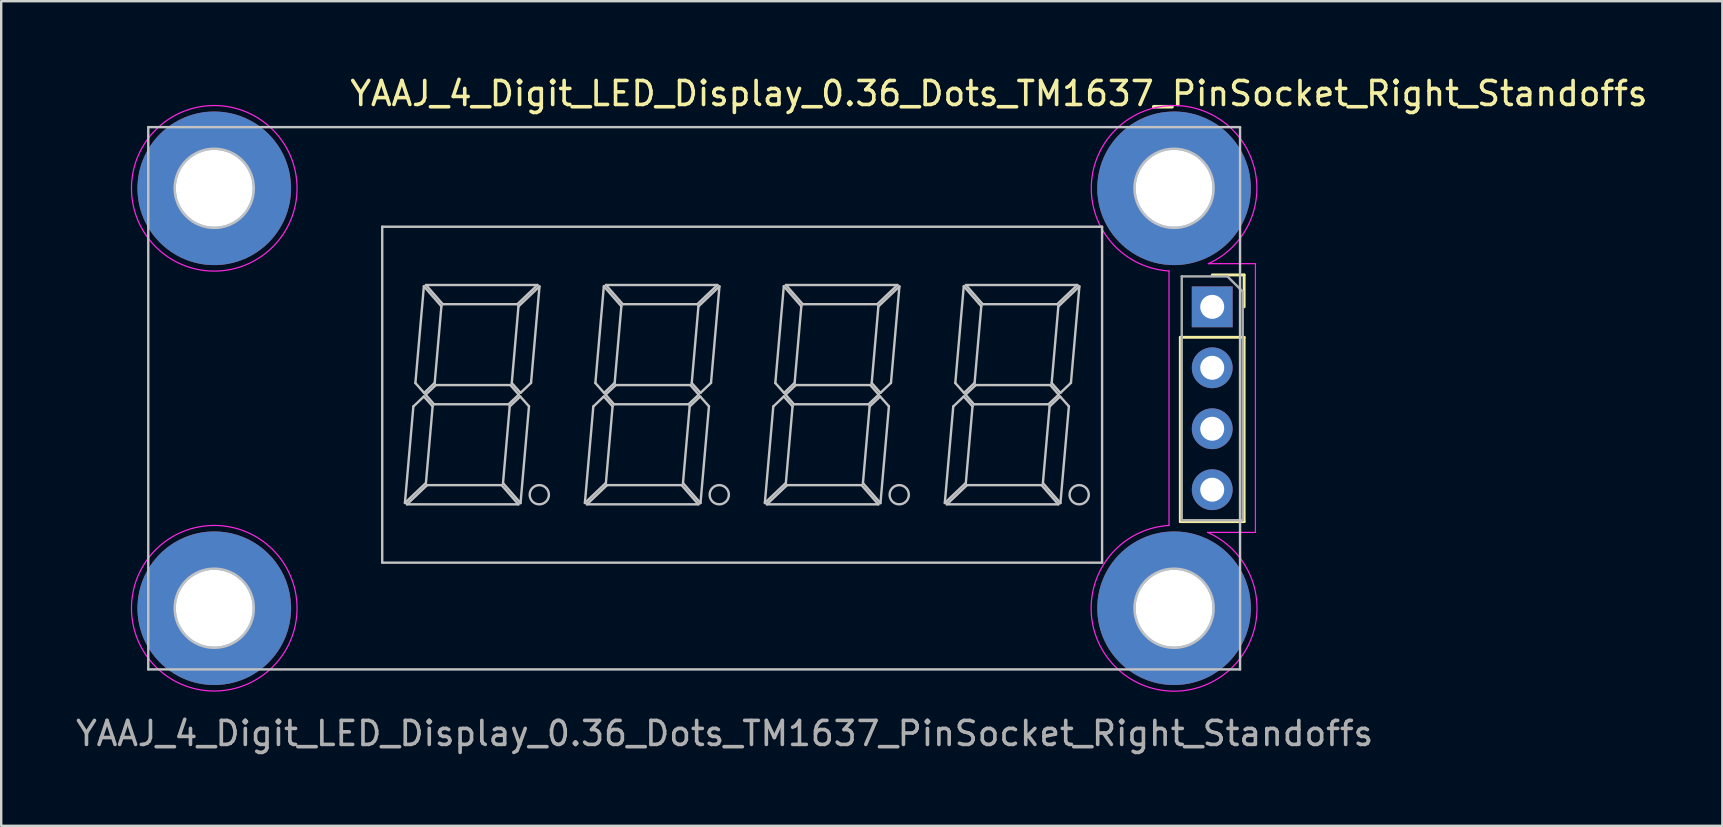
<source format=kicad_pcb>
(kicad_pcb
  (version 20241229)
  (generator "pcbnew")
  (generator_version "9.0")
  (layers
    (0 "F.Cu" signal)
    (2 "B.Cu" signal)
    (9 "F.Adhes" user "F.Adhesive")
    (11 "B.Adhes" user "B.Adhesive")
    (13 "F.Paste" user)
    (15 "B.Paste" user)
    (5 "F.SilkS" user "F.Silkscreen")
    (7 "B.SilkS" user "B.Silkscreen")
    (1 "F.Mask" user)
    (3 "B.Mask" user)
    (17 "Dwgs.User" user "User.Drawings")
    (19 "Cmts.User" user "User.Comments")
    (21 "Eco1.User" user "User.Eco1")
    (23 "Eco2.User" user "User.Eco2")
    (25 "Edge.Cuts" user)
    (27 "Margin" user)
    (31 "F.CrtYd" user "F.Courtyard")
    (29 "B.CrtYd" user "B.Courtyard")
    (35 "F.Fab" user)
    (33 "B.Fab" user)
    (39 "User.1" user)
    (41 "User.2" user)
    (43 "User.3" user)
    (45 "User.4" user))
  (footprint "YAAJ_4_Digit_LED_Display_0.36_Dots_TM1637_PinSocket_Right_Standoffs"
    (layer "F.Cu")
    (at 47.469 9.738)
    (property "Reference" "YAAJ_4_Digit_LED_Display_0.36_Dots_TM1637_PinSocket_Right_Standoffs" (at -8.89 -8.89 180) (layer "F.SilkS") (effects (font (size 1 1) (thickness 0.15))))
    (attr through_hole)
    (fp_line (start -1.33 1.27) (end -1.33 8.95) (stroke (width 0.12) (type solid)) (layer "F.SilkS"))
    (fp_line (start -1.33 1.27) (end 1.33 1.27) (stroke (width 0.12) (type solid)) (layer "F.SilkS"))
    (fp_line (start -1.33 8.95) (end 1.33 8.95) (stroke (width 0.12) (type solid)) (layer "F.SilkS"))
    (fp_line (start 0 -1.33) (end 1.33 -1.33) (stroke (width 0.12) (type solid)) (layer "F.SilkS"))
    (fp_line (start 1.33 -1.33) (end 1.33 0) (stroke (width 0.12) (type solid)) (layer "F.SilkS"))
    (fp_line (start 1.33 1.27) (end 1.33 8.95) (stroke (width 0.12) (type solid)) (layer "F.SilkS"))
    (fp_line (start -44.34 -7.49) (end -44.34 15.11) (stroke (width 0.1) (type solid)) (layer "Dwgs.User"))
    (fp_line (start -44.34 15.11) (end 1.16 15.11) (stroke (width 0.1) (type solid)) (layer "Dwgs.User"))
    (fp_line (start -34.59 -3.34) (end -34.59 10.66) (stroke (width 0.1) (type solid)) (layer "Dwgs.User"))
    (fp_line (start -34.59 10.66) (end -4.59 10.66) (stroke (width 0.1) (type solid)) (layer "Dwgs.User"))
    (fp_line (start -33.644 8.172) (end -32.768 7.338) (stroke (width 0.1) (type solid)) (layer "Dwgs.User"))
    (fp_line (start -33.56 8.23) (end -28.913 8.23) (stroke (width 0.1) (type solid)) (layer "Dwgs.User"))
    (fp_line (start -33.292 4.152) (end -33.644 8.172) (stroke (width 0.1) (type solid)) (layer "Dwgs.User"))
    (fp_line (start -33.207 3.174) (end -32.844 3.588) (stroke (width 0.1) (type solid)) (layer "Dwgs.User"))
    (fp_line (start -32.854 3.735) (end -33.292 4.152) (stroke (width 0.1) (type solid)) (layer "Dwgs.User"))
    (fp_line (start -32.854 -0.858) (end -33.207 3.174) (stroke (width 0.1) (type solid)) (layer "Dwgs.User"))
    (fp_line (start -32.844 3.588) (end -32.403 3.168) (stroke (width 0.1) (type solid)) (layer "Dwgs.User"))
    (fp_line (start -32.781 3.66) (end -32.431 4.06) (stroke (width 0.1) (type solid)) (layer "Dwgs.User"))
    (fp_line (start -32.768 7.338) (end -32.489 4.146) (stroke (width 0.1) (type solid)) (layer "Dwgs.User"))
    (fp_line (start -32.767 -0.91) (end -32.066 -0.11) (stroke (width 0.1) (type solid)) (layer "Dwgs.User"))
    (fp_line (start -32.72 7.43) (end -33.56 8.23) (stroke (width 0.1) (type solid)) (layer "Dwgs.User"))
    (fp_line (start -32.489 4.146) (end -32.854 3.735) (stroke (width 0.1) (type solid)) (layer "Dwgs.User"))
    (fp_line (start -32.431 4.06) (end -29.325 4.06) (stroke (width 0.1) (type solid)) (layer "Dwgs.User"))
    (fp_line (start -32.403 3.168) (end -32.124 -0.024) (stroke (width 0.1) (type solid)) (layer "Dwgs.User"))
    (fp_line (start -32.355 3.26) (end -32.781 3.66) (stroke (width 0.1) (type solid)) (layer "Dwgs.User"))
    (fp_line (start -32.124 -0.024) (end -32.854 -0.858) (stroke (width 0.1) (type solid)) (layer "Dwgs.User"))
    (fp_line (start -32.066 -0.11) (end -28.96 -0.11) (stroke (width 0.1) (type solid)) (layer "Dwgs.User"))
    (fp_line (start -29.614 7.43) (end -32.72 7.43) (stroke (width 0.1) (type solid)) (layer "Dwgs.User"))
    (fp_line (start -29.556 7.344) (end -28.826 8.178) (stroke (width 0.1) (type solid)) (layer "Dwgs.User"))
    (fp_line (start -29.325 4.06) (end -28.899 3.66) (stroke (width 0.1) (type solid)) (layer "Dwgs.User"))
    (fp_line (start -29.277 4.152) (end -29.556 7.344) (stroke (width 0.1) (type solid)) (layer "Dwgs.User"))
    (fp_line (start -29.249 3.26) (end -32.355 3.26) (stroke (width 0.1) (type solid)) (layer "Dwgs.User"))
    (fp_line (start -29.191 3.174) (end -28.826 3.585) (stroke (width 0.1) (type solid)) (layer "Dwgs.User"))
    (fp_line (start -28.96 -0.11) (end -28.12 -0.91) (stroke (width 0.1) (type solid)) (layer "Dwgs.User"))
    (fp_line (start -28.913 8.23) (end -29.614 7.43) (stroke (width 0.1) (type solid)) (layer "Dwgs.User"))
    (fp_line (start -28.912 -0.018) (end -29.191 3.174) (stroke (width 0.1) (type solid)) (layer "Dwgs.User"))
    (fp_line (start -28.899 3.66) (end -29.249 3.26) (stroke (width 0.1) (type solid)) (layer "Dwgs.User"))
    (fp_line (start -28.839 3.735) (end -29.277 4.152) (stroke (width 0.1) (type solid)) (layer "Dwgs.User"))
    (fp_line (start -28.826 8.178) (end -28.473 4.146) (stroke (width 0.1) (type solid)) (layer "Dwgs.User"))
    (fp_line (start -28.826 3.585) (end -28.388 3.168) (stroke (width 0.1) (type solid)) (layer "Dwgs.User"))
    (fp_line (start -28.473 4.146) (end -28.839 3.735) (stroke (width 0.1) (type solid)) (layer "Dwgs.User"))
    (fp_line (start -28.388 3.168) (end -28.036 -0.852) (stroke (width 0.1) (type solid)) (layer "Dwgs.User"))
    (fp_line (start -28.12 -0.91) (end -32.767 -0.91) (stroke (width 0.1) (type solid)) (layer "Dwgs.User"))
    (fp_line (start -28.036 -0.852) (end -28.912 -0.018) (stroke (width 0.1) (type solid)) (layer "Dwgs.User"))
    (fp_line (start -26.144 8.172) (end -25.268 7.338) (stroke (width 0.1) (type solid)) (layer "Dwgs.User"))
    (fp_line (start -26.06 8.23) (end -21.413 8.23) (stroke (width 0.1) (type solid)) (layer "Dwgs.User"))
    (fp_line (start -25.792 4.152) (end -26.144 8.172) (stroke (width 0.1) (type solid)) (layer "Dwgs.User"))
    (fp_line (start -25.707 3.174) (end -25.344 3.588) (stroke (width 0.1) (type solid)) (layer "Dwgs.User"))
    (fp_line (start -25.354 3.735) (end -25.792 4.152) (stroke (width 0.1) (type solid)) (layer "Dwgs.User"))
    (fp_line (start -25.354 -0.858) (end -25.707 3.174) (stroke (width 0.1) (type solid)) (layer "Dwgs.User"))
    (fp_line (start -25.344 3.588) (end -24.903 3.168) (stroke (width 0.1) (type solid)) (layer "Dwgs.User"))
    (fp_line (start -25.281 3.66) (end -24.931 4.06) (stroke (width 0.1) (type solid)) (layer "Dwgs.User"))
    (fp_line (start -25.268 7.338) (end -24.989 4.146) (stroke (width 0.1) (type solid)) (layer "Dwgs.User"))
    (fp_line (start -25.267 -0.91) (end -24.566 -0.11) (stroke (width 0.1) (type solid)) (layer "Dwgs.User"))
    (fp_line (start -25.22 7.43) (end -26.06 8.23) (stroke (width 0.1) (type solid)) (layer "Dwgs.User"))
    (fp_line (start -24.989 4.146) (end -25.354 3.735) (stroke (width 0.1) (type solid)) (layer "Dwgs.User"))
    (fp_line (start -24.931 4.06) (end -21.825 4.06) (stroke (width 0.1) (type solid)) (layer "Dwgs.User"))
    (fp_line (start -24.903 3.168) (end -24.624 -0.024) (stroke (width 0.1) (type solid)) (layer "Dwgs.User"))
    (fp_line (start -24.855 3.26) (end -25.281 3.66) (stroke (width 0.1) (type solid)) (layer "Dwgs.User"))
    (fp_line (start -24.624 -0.024) (end -25.354 -0.858) (stroke (width 0.1) (type solid)) (layer "Dwgs.User"))
    (fp_line (start -24.566 -0.11) (end -21.46 -0.11) (stroke (width 0.1) (type solid)) (layer "Dwgs.User"))
    (fp_line (start -22.114 7.43) (end -25.22 7.43) (stroke (width 0.1) (type solid)) (layer "Dwgs.User"))
    (fp_line (start -22.056 7.344) (end -21.326 8.178) (stroke (width 0.1) (type solid)) (layer "Dwgs.User"))
    (fp_line (start -21.825 4.06) (end -21.399 3.66) (stroke (width 0.1) (type solid)) (layer "Dwgs.User"))
    (fp_line (start -21.777 4.152) (end -22.056 7.344) (stroke (width 0.1) (type solid)) (layer "Dwgs.User"))
    (fp_line (start -21.749 3.26) (end -24.855 3.26) (stroke (width 0.1) (type solid)) (layer "Dwgs.User"))
    (fp_line (start -21.691 3.174) (end -21.326 3.585) (stroke (width 0.1) (type solid)) (layer "Dwgs.User"))
    (fp_line (start -21.46 -0.11) (end -20.62 -0.91) (stroke (width 0.1) (type solid)) (layer "Dwgs.User"))
    (fp_line (start -21.413 8.23) (end -22.114 7.43) (stroke (width 0.1) (type solid)) (layer "Dwgs.User"))
    (fp_line (start -21.412 -0.018) (end -21.691 3.174) (stroke (width 0.1) (type solid)) (layer "Dwgs.User"))
    (fp_line (start -21.399 3.66) (end -21.749 3.26) (stroke (width 0.1) (type solid)) (layer "Dwgs.User"))
    (fp_line (start -21.339 3.735) (end -21.777 4.152) (stroke (width 0.1) (type solid)) (layer "Dwgs.User"))
    (fp_line (start -21.326 8.178) (end -20.973 4.146) (stroke (width 0.1) (type solid)) (layer "Dwgs.User"))
    (fp_line (start -21.326 3.585) (end -20.888 3.168) (stroke (width 0.1) (type solid)) (layer "Dwgs.User"))
    (fp_line (start -20.973 4.146) (end -21.339 3.735) (stroke (width 0.1) (type solid)) (layer "Dwgs.User"))
    (fp_line (start -20.888 3.168) (end -20.536 -0.852) (stroke (width 0.1) (type solid)) (layer "Dwgs.User"))
    (fp_line (start -20.62 -0.91) (end -25.267 -0.91) (stroke (width 0.1) (type solid)) (layer "Dwgs.User"))
    (fp_line (start -20.536 -0.852) (end -21.412 -0.018) (stroke (width 0.1) (type solid)) (layer "Dwgs.User"))
    (fp_line (start -18.644 8.172) (end -17.768 7.338) (stroke (width 0.1) (type solid)) (layer "Dwgs.User"))
    (fp_line (start -18.56 8.23) (end -13.913 8.23) (stroke (width 0.1) (type solid)) (layer "Dwgs.User"))
    (fp_line (start -18.292 4.152) (end -18.644 8.172) (stroke (width 0.1) (type solid)) (layer "Dwgs.User"))
    (fp_line (start -18.207 3.174) (end -17.844 3.588) (stroke (width 0.1) (type solid)) (layer "Dwgs.User"))
    (fp_line (start -17.854 3.735) (end -18.292 4.152) (stroke (width 0.1) (type solid)) (layer "Dwgs.User"))
    (fp_line (start -17.854 -0.858) (end -18.207 3.174) (stroke (width 0.1) (type solid)) (layer "Dwgs.User"))
    (fp_line (start -17.844 3.588) (end -17.403 3.168) (stroke (width 0.1) (type solid)) (layer "Dwgs.User"))
    (fp_line (start -17.781 3.66) (end -17.431 4.06) (stroke (width 0.1) (type solid)) (layer "Dwgs.User"))
    (fp_line (start -17.768 7.338) (end -17.489 4.146) (stroke (width 0.1) (type solid)) (layer "Dwgs.User"))
    (fp_line (start -17.767 -0.91) (end -17.066 -0.11) (stroke (width 0.1) (type solid)) (layer "Dwgs.User"))
    (fp_line (start -17.72 7.43) (end -18.56 8.23) (stroke (width 0.1) (type solid)) (layer "Dwgs.User"))
    (fp_line (start -17.489 4.146) (end -17.854 3.735) (stroke (width 0.1) (type solid)) (layer "Dwgs.User"))
    (fp_line (start -17.431 4.06) (end -14.325 4.06) (stroke (width 0.1) (type solid)) (layer "Dwgs.User"))
    (fp_line (start -17.403 3.168) (end -17.124 -0.024) (stroke (width 0.1) (type solid)) (layer "Dwgs.User"))
    (fp_line (start -17.355 3.26) (end -17.781 3.66) (stroke (width 0.1) (type solid)) (layer "Dwgs.User"))
    (fp_line (start -17.124 -0.024) (end -17.854 -0.858) (stroke (width 0.1) (type solid)) (layer "Dwgs.User"))
    (fp_line (start -17.066 -0.11) (end -13.96 -0.11) (stroke (width 0.1) (type solid)) (layer "Dwgs.User"))
    (fp_line (start -14.614 7.43) (end -17.72 7.43) (stroke (width 0.1) (type solid)) (layer "Dwgs.User"))
    (fp_line (start -14.556 7.344) (end -13.826 8.178) (stroke (width 0.1) (type solid)) (layer "Dwgs.User"))
    (fp_line (start -14.325 4.06) (end -13.899 3.66) (stroke (width 0.1) (type solid)) (layer "Dwgs.User"))
    (fp_line (start -14.277 4.152) (end -14.556 7.344) (stroke (width 0.1) (type solid)) (layer "Dwgs.User"))
    (fp_line (start -14.249 3.26) (end -17.355 3.26) (stroke (width 0.1) (type solid)) (layer "Dwgs.User"))
    (fp_line (start -14.191 3.174) (end -13.826 3.585) (stroke (width 0.1) (type solid)) (layer "Dwgs.User"))
    (fp_line (start -13.96 -0.11) (end -13.12 -0.91) (stroke (width 0.1) (type solid)) (layer "Dwgs.User"))
    (fp_line (start -13.913 8.23) (end -14.614 7.43) (stroke (width 0.1) (type solid)) (layer "Dwgs.User"))
    (fp_line (start -13.912 -0.018) (end -14.191 3.174) (stroke (width 0.1) (type solid)) (layer "Dwgs.User"))
    (fp_line (start -13.899 3.66) (end -14.249 3.26) (stroke (width 0.1) (type solid)) (layer "Dwgs.User"))
    (fp_line (start -13.839 3.735) (end -14.277 4.152) (stroke (width 0.1) (type solid)) (layer "Dwgs.User"))
    (fp_line (start -13.826 8.178) (end -13.473 4.146) (stroke (width 0.1) (type solid)) (layer "Dwgs.User"))
    (fp_line (start -13.826 3.585) (end -13.388 3.168) (stroke (width 0.1) (type solid)) (layer "Dwgs.User"))
    (fp_line (start -13.473 4.146) (end -13.839 3.735) (stroke (width 0.1) (type solid)) (layer "Dwgs.User"))
    (fp_line (start -13.388 3.168) (end -13.036 -0.852) (stroke (width 0.1) (type solid)) (layer "Dwgs.User"))
    (fp_line (start -13.12 -0.91) (end -17.767 -0.91) (stroke (width 0.1) (type solid)) (layer "Dwgs.User"))
    (fp_line (start -13.036 -0.852) (end -13.912 -0.018) (stroke (width 0.1) (type solid)) (layer "Dwgs.User"))
    (fp_line (start -11.144 8.172) (end -10.268 7.338) (stroke (width 0.1) (type solid)) (layer "Dwgs.User"))
    (fp_line (start -11.06 8.23) (end -6.413 8.23) (stroke (width 0.1) (type solid)) (layer "Dwgs.User"))
    (fp_line (start -10.792 4.152) (end -11.144 8.172) (stroke (width 0.1) (type solid)) (layer "Dwgs.User"))
    (fp_line (start -10.707 3.174) (end -10.344 3.588) (stroke (width 0.1) (type solid)) (layer "Dwgs.User"))
    (fp_line (start -10.354 3.735) (end -10.792 4.152) (stroke (width 0.1) (type solid)) (layer "Dwgs.User"))
    (fp_line (start -10.354 -0.858) (end -10.707 3.174) (stroke (width 0.1) (type solid)) (layer "Dwgs.User"))
    (fp_line (start -10.344 3.588) (end -9.903 3.168) (stroke (width 0.1) (type solid)) (layer "Dwgs.User"))
    (fp_line (start -10.281 3.66) (end -9.931 4.06) (stroke (width 0.1) (type solid)) (layer "Dwgs.User"))
    (fp_line (start -10.268 7.338) (end -9.989 4.146) (stroke (width 0.1) (type solid)) (layer "Dwgs.User"))
    (fp_line (start -10.267 -0.91) (end -9.566 -0.11) (stroke (width 0.1) (type solid)) (layer "Dwgs.User"))
    (fp_line (start -10.22 7.43) (end -11.06 8.23) (stroke (width 0.1) (type solid)) (layer "Dwgs.User"))
    (fp_line (start -9.989 4.146) (end -10.354 3.735) (stroke (width 0.1) (type solid)) (layer "Dwgs.User"))
    (fp_line (start -9.931 4.06) (end -6.825 4.06) (stroke (width 0.1) (type solid)) (layer "Dwgs.User"))
    (fp_line (start -9.903 3.168) (end -9.624 -0.024) (stroke (width 0.1) (type solid)) (layer "Dwgs.User"))
    (fp_line (start -9.855 3.26) (end -10.281 3.66) (stroke (width 0.1) (type solid)) (layer "Dwgs.User"))
    (fp_line (start -9.624 -0.024) (end -10.354 -0.858) (stroke (width 0.1) (type solid)) (layer "Dwgs.User"))
    (fp_line (start -9.566 -0.11) (end -6.46 -0.11) (stroke (width 0.1) (type solid)) (layer "Dwgs.User"))
    (fp_line (start -7.114 7.43) (end -10.22 7.43) (stroke (width 0.1) (type solid)) (layer "Dwgs.User"))
    (fp_line (start -7.056 7.344) (end -6.326 8.178) (stroke (width 0.1) (type solid)) (layer "Dwgs.User"))
    (fp_line (start -6.825 4.06) (end -6.399 3.66) (stroke (width 0.1) (type solid)) (layer "Dwgs.User"))
    (fp_line (start -6.777 4.152) (end -7.056 7.344) (stroke (width 0.1) (type solid)) (layer "Dwgs.User"))
    (fp_line (start -6.749 3.26) (end -9.855 3.26) (stroke (width 0.1) (type solid)) (layer "Dwgs.User"))
    (fp_line (start -6.691 3.174) (end -6.326 3.585) (stroke (width 0.1) (type solid)) (layer "Dwgs.User"))
    (fp_line (start -6.46 -0.11) (end -5.62 -0.91) (stroke (width 0.1) (type solid)) (layer "Dwgs.User"))
    (fp_line (start -6.413 8.23) (end -7.114 7.43) (stroke (width 0.1) (type solid)) (layer "Dwgs.User"))
    (fp_line (start -6.412 -0.018) (end -6.691 3.174) (stroke (width 0.1) (type solid)) (layer "Dwgs.User"))
    (fp_line (start -6.399 3.66) (end -6.749 3.26) (stroke (width 0.1) (type solid)) (layer "Dwgs.User"))
    (fp_line (start -6.339 3.735) (end -6.777 4.152) (stroke (width 0.1) (type solid)) (layer "Dwgs.User"))
    (fp_line (start -6.326 8.178) (end -5.973 4.146) (stroke (width 0.1) (type solid)) (layer "Dwgs.User"))
    (fp_line (start -6.326 3.585) (end -5.888 3.168) (stroke (width 0.1) (type solid)) (layer "Dwgs.User"))
    (fp_line (start -5.973 4.146) (end -6.339 3.735) (stroke (width 0.1) (type solid)) (layer "Dwgs.User"))
    (fp_line (start -5.888 3.168) (end -5.536 -0.852) (stroke (width 0.1) (type solid)) (layer "Dwgs.User"))
    (fp_line (start -5.62 -0.91) (end -10.267 -0.91) (stroke (width 0.1) (type solid)) (layer "Dwgs.User"))
    (fp_line (start -5.536 -0.852) (end -6.412 -0.018) (stroke (width 0.1) (type solid)) (layer "Dwgs.User"))
    (fp_line (start -4.59 -3.34) (end -34.59 -3.34) (stroke (width 0.1) (type solid)) (layer "Dwgs.User"))
    (fp_line (start -4.59 10.66) (end -4.59 -3.34) (stroke (width 0.1) (type solid)) (layer "Dwgs.User"))
    (fp_line (start 1.16 -7.49) (end -44.34 -7.49) (stroke (width 0.1) (type solid)) (layer "Dwgs.User"))
    (fp_line (start 1.16 15.11) (end 1.16 -7.49) (stroke (width 0.1) (type solid)) (layer "Dwgs.User"))
    (fp_circle (center -41.59 -4.94) (end -39.94 -4.94) (stroke (width 0.1) (type solid)) (fill no) (layer "Dwgs.User"))
    (fp_circle (center -41.59 12.56) (end -39.94 12.56) (stroke (width 0.1) (type solid)) (fill no) (layer "Dwgs.User"))
    (fp_circle (center -28.044 7.83) (end -27.644 7.83) (stroke (width 0.1) (type solid)) (fill no) (layer "Dwgs.User"))
    (fp_circle (center -20.544 7.83) (end -20.144 7.83) (stroke (width 0.1) (type solid)) (fill no) (layer "Dwgs.User"))
    (fp_circle (center -13.044 7.83) (end -12.644 7.83) (stroke (width 0.1) (type solid)) (fill no) (layer "Dwgs.User"))
    (fp_circle (center -5.544 7.83) (end -5.144 7.83) (stroke (width 0.1) (type solid)) (fill no) (layer "Dwgs.User"))
    (fp_circle (center -1.59 -4.94) (end 0.06 -4.94) (stroke (width 0.1) (type solid)) (fill no) (layer "Dwgs.User"))
    (fp_circle (center -1.59 12.56) (end 0.06 12.56) (stroke (width 0.1) (type solid)) (fill no) (layer "Dwgs.User"))
    (fp_line (start -1.8 -1.496) (end -1.8 9.11) (stroke (width 0.05) (type solid)) (layer "F.CrtYd"))
    (fp_line (start -0.19 9.4) (end 1.8 9.4) (stroke (width 0.05) (type solid)) (layer "F.CrtYd"))
    (fp_line (start 1.8 -1.8) (end -0.16 -1.8) (stroke (width 0.05) (type solid)) (layer "F.CrtYd"))
    (fp_line (start 1.8 9.4) (end 1.8 -1.8) (stroke (width 0.05) (type solid)) (layer "F.CrtYd"))
    (fp_arc (start -1.800415 -1.496132) (mid -2.218435 -8.332576) (end -0.16 -1.8) (stroke (width 0.05) (type solid)) (layer "F.CrtYd"))
    (fp_arc (start -0.189941 9.399868) (mid -2.202426 15.961696) (end -1.8 9.11) (stroke (width 0.05) (type solid)) (layer "F.CrtYd"))
    (fp_circle (center -41.59 -4.94) (end -38.14 -4.94) (stroke (width 0.05) (type solid)) (fill no) (layer "F.CrtYd"))
    (fp_circle (center -41.59 12.56) (end -38.14 12.56) (stroke (width 0.05) (type solid)) (fill no) (layer "F.CrtYd"))
    (fp_line (start -1.27 -1.27) (end 0.635 -1.27) (stroke (width 0.1) (type solid)) (layer "F.Fab"))
    (fp_line (start -1.27 8.89) (end -1.27 -1.27) (stroke (width 0.1) (type solid)) (layer "F.Fab"))
    (fp_line (start 0.635 -1.27) (end 1.27 -0.635) (stroke (width 0.1) (type solid)) (layer "F.Fab"))
    (fp_line (start 1.27 -0.635) (end 1.27 8.89) (stroke (width 0.1) (type solid)) (layer "F.Fab"))
    (fp_line (start 1.27 8.89) (end -1.27 8.89) (stroke (width 0.1) (type solid)) (layer "F.Fab"))
    (fp_text user "YAAJ_4_Digit_LED_Display_0.36_Dots_TM1637_PinSocket_Right_Standoffs" (at -20.32 17.78 0) (layer "F.Fab") (effects (font (size 1 1) (thickness 0.15))))
    (pad "" thru_hole circle (at -41.59 -4.94) (size 6.4 6.4) (drill 3.2) (layers "*.Cu" "*.Mask"))
    (pad "" thru_hole circle (at -41.59 12.56) (size 6.4 6.4) (drill 3.2) (layers "*.Cu" "*.Mask"))
    (pad "" thru_hole circle (at -1.59 -4.94) (size 6.4 6.4) (drill 3.2) (layers "*.Cu" "*.Mask"))
    (pad "" thru_hole circle (at -1.59 12.56) (size 6.4 6.4) (drill 3.2) (layers "*.Cu" "*.Mask"))
    (pad "1" thru_hole rect (at 0 0) (size 1.7 1.7) (drill 1) (layers "*.Cu" "*.Mask"))
    (pad "2" thru_hole oval (at 0 2.54) (size 1.7 1.7) (drill 1) (layers "*.Cu" "*.Mask"))
    (pad "3" thru_hole oval (at 0 5.08) (size 1.7 1.7) (drill 1) (layers "*.Cu" "*.Mask"))
    (pad "4" thru_hole oval (at 0 7.62) (size 1.7 1.7) (drill 1) (layers "*.Cu" "*.Mask")))
  (gr_rect
    (start -3 -3)
    (end 68.728 31.366)
    (stroke (width 0.1) (type default))
    (fill no)
    (layer "Edge.Cuts")))
</source>
